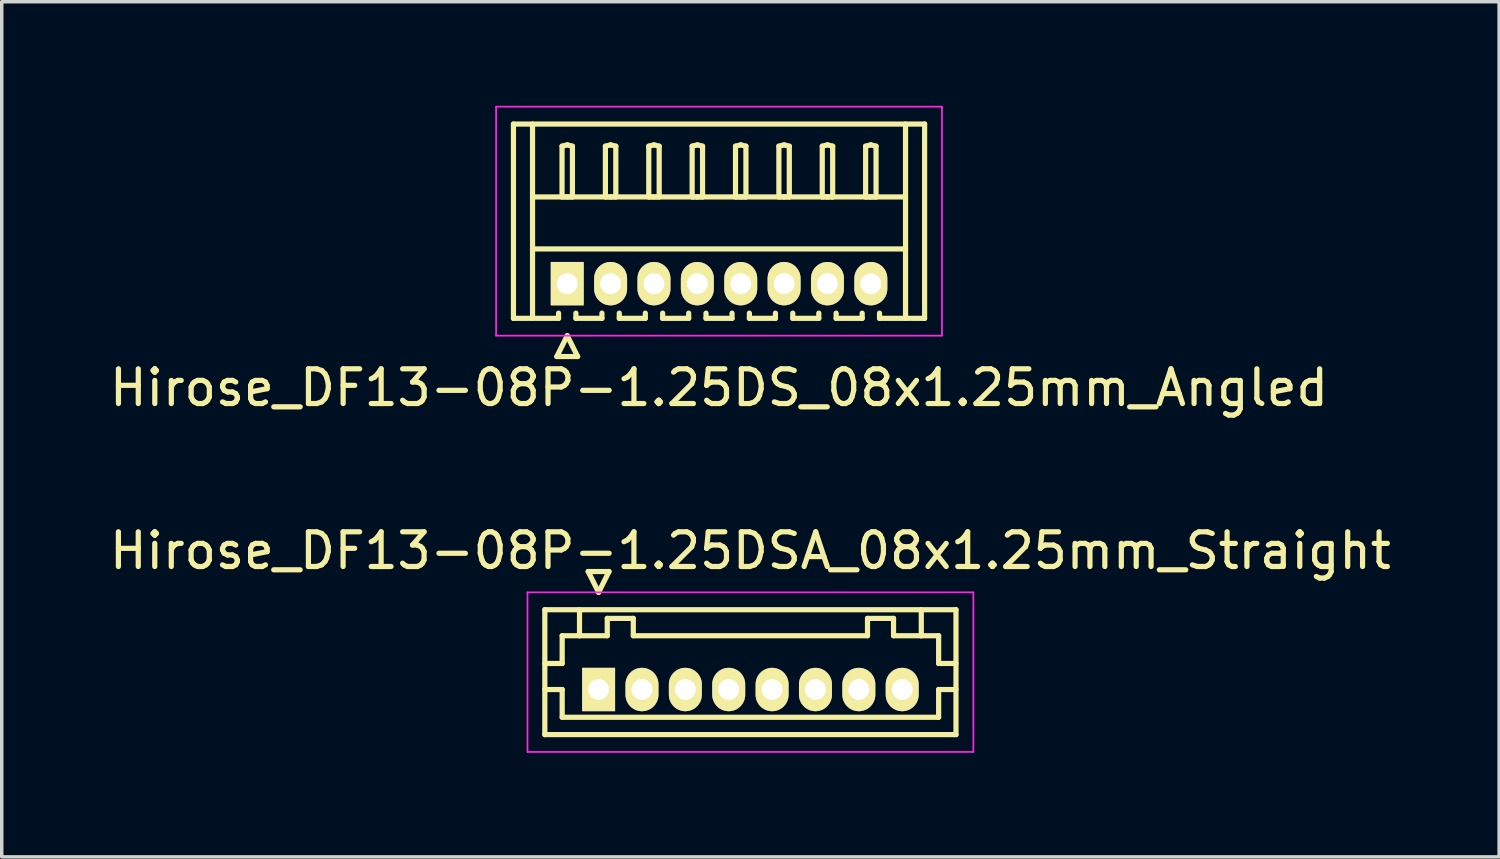
<source format=kicad_pcb>
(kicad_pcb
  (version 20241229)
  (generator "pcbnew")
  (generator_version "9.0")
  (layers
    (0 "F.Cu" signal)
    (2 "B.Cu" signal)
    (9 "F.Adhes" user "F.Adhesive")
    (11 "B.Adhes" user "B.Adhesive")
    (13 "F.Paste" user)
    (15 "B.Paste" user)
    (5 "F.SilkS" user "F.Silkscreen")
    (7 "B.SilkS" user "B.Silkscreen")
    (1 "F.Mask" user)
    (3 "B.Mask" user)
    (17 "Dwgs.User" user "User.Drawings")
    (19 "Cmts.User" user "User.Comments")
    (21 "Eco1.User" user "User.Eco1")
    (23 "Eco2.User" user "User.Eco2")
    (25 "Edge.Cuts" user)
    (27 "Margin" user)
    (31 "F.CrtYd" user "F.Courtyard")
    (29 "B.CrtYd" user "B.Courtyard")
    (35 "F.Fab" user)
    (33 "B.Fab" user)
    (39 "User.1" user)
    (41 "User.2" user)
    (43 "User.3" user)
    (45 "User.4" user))
  (footprint "Hirose_DF13-08P-1.25DS_08x1.25mm_Angled"
    (layer "F.Cu")
    (at 13.298 5.125)
    (property "Reference" "Hirose_DF13-08P-1.25DS_08x1.25mm_Angled" (at 4.375 3 0) (layer "F.SilkS") (effects (font (size 1 1) (thickness 0.15))))
    (attr through_hole)
    (fp_line (start -1.55 -4.6) (end 10.3 -4.6) (stroke (width 0.15) (type solid)) (layer "F.SilkS"))
    (fp_line (start -1.55 1) (end -1.55 -4.6) (stroke (width 0.15) (type solid)) (layer "F.SilkS"))
    (fp_line (start -1 -4.6) (end -1 1) (stroke (width 0.15) (type solid)) (layer "F.SilkS"))
    (fp_line (start -1 -2.5) (end 9.75 -2.5) (stroke (width 0.15) (type solid)) (layer "F.SilkS"))
    (fp_line (start -1 -1) (end 9.75 -1) (stroke (width 0.15) (type solid)) (layer "F.SilkS"))
    (fp_line (start -0.3 2.1) (end 0.3 2.1) (stroke (width 0.15) (type solid)) (layer "F.SilkS"))
    (fp_line (start -0.25 0.85) (end -0.25 1) (stroke (width 0.15) (type solid)) (layer "F.SilkS"))
    (fp_line (start -0.25 1) (end -1.55 1) (stroke (width 0.15) (type solid)) (layer "F.SilkS"))
    (fp_line (start -0.15 -3.962) (end 0 -4) (stroke (width 0.15) (type solid)) (layer "F.SilkS"))
    (fp_line (start -0.15 -2.5) (end -0.15 -3.962) (stroke (width 0.15) (type solid)) (layer "F.SilkS"))
    (fp_line (start 0 -4) (end 0.15 -3.962) (stroke (width 0.15) (type solid)) (layer "F.SilkS"))
    (fp_line (start 0 -2.5) (end -0.15 -2.5) (stroke (width 0.15) (type solid)) (layer "F.SilkS"))
    (fp_line (start 0 1.5) (end -0.3 2.1) (stroke (width 0.15) (type solid)) (layer "F.SilkS"))
    (fp_line (start 0.15 -3.962) (end 0.15 -2.5) (stroke (width 0.15) (type solid)) (layer "F.SilkS"))
    (fp_line (start 0.15 -2.5) (end 0 -2.5) (stroke (width 0.15) (type solid)) (layer "F.SilkS"))
    (fp_line (start 0.25 0.85) (end 0.25 1) (stroke (width 0.15) (type solid)) (layer "F.SilkS"))
    (fp_line (start 0.25 1) (end 1 1) (stroke (width 0.15) (type solid)) (layer "F.SilkS"))
    (fp_line (start 0.3 2.1) (end 0 1.5) (stroke (width 0.15) (type solid)) (layer "F.SilkS"))
    (fp_line (start 1 1) (end 1 0.85) (stroke (width 0.15) (type solid)) (layer "F.SilkS"))
    (fp_line (start 1.1 -3.962) (end 1.25 -4) (stroke (width 0.15) (type solid)) (layer "F.SilkS"))
    (fp_line (start 1.1 -2.5) (end 1.1 -3.962) (stroke (width 0.15) (type solid)) (layer "F.SilkS"))
    (fp_line (start 1.25 -4) (end 1.4 -3.962) (stroke (width 0.15) (type solid)) (layer "F.SilkS"))
    (fp_line (start 1.25 -2.5) (end 1.1 -2.5) (stroke (width 0.15) (type solid)) (layer "F.SilkS"))
    (fp_line (start 1.4 -3.962) (end 1.4 -2.5) (stroke (width 0.15) (type solid)) (layer "F.SilkS"))
    (fp_line (start 1.4 -2.5) (end 1.25 -2.5) (stroke (width 0.15) (type solid)) (layer "F.SilkS"))
    (fp_line (start 1.5 0.85) (end 1.5 1) (stroke (width 0.15) (type solid)) (layer "F.SilkS"))
    (fp_line (start 1.5 1) (end 2.25 1) (stroke (width 0.15) (type solid)) (layer "F.SilkS"))
    (fp_line (start 2.25 1) (end 2.25 0.85) (stroke (width 0.15) (type solid)) (layer "F.SilkS"))
    (fp_line (start 2.35 -3.962) (end 2.5 -4) (stroke (width 0.15) (type solid)) (layer "F.SilkS"))
    (fp_line (start 2.35 -2.5) (end 2.35 -3.962) (stroke (width 0.15) (type solid)) (layer "F.SilkS"))
    (fp_line (start 2.5 -4) (end 2.65 -3.962) (stroke (width 0.15) (type solid)) (layer "F.SilkS"))
    (fp_line (start 2.5 -2.5) (end 2.35 -2.5) (stroke (width 0.15) (type solid)) (layer "F.SilkS"))
    (fp_line (start 2.65 -3.962) (end 2.65 -2.5) (stroke (width 0.15) (type solid)) (layer "F.SilkS"))
    (fp_line (start 2.65 -2.5) (end 2.5 -2.5) (stroke (width 0.15) (type solid)) (layer "F.SilkS"))
    (fp_line (start 2.75 0.85) (end 2.75 1) (stroke (width 0.15) (type solid)) (layer "F.SilkS"))
    (fp_line (start 2.75 1) (end 3.5 1) (stroke (width 0.15) (type solid)) (layer "F.SilkS"))
    (fp_line (start 3.5 1) (end 3.5 0.85) (stroke (width 0.15) (type solid)) (layer "F.SilkS"))
    (fp_line (start 3.6 -3.962) (end 3.75 -4) (stroke (width 0.15) (type solid)) (layer "F.SilkS"))
    (fp_line (start 3.6 -2.5) (end 3.6 -3.962) (stroke (width 0.15) (type solid)) (layer "F.SilkS"))
    (fp_line (start 3.75 -4) (end 3.9 -3.962) (stroke (width 0.15) (type solid)) (layer "F.SilkS"))
    (fp_line (start 3.75 -2.5) (end 3.6 -2.5) (stroke (width 0.15) (type solid)) (layer "F.SilkS"))
    (fp_line (start 3.9 -3.962) (end 3.9 -2.5) (stroke (width 0.15) (type solid)) (layer "F.SilkS"))
    (fp_line (start 3.9 -2.5) (end 3.75 -2.5) (stroke (width 0.15) (type solid)) (layer "F.SilkS"))
    (fp_line (start 4 0.85) (end 4 1) (stroke (width 0.15) (type solid)) (layer "F.SilkS"))
    (fp_line (start 4 1) (end 4.75 1) (stroke (width 0.15) (type solid)) (layer "F.SilkS"))
    (fp_line (start 4.75 1) (end 4.75 0.85) (stroke (width 0.15) (type solid)) (layer "F.SilkS"))
    (fp_line (start 4.85 -3.962) (end 5 -4) (stroke (width 0.15) (type solid)) (layer "F.SilkS"))
    (fp_line (start 4.85 -2.5) (end 4.85 -3.962) (stroke (width 0.15) (type solid)) (layer "F.SilkS"))
    (fp_line (start 5 -4) (end 5.15 -3.962) (stroke (width 0.15) (type solid)) (layer "F.SilkS"))
    (fp_line (start 5 -2.5) (end 4.85 -2.5) (stroke (width 0.15) (type solid)) (layer "F.SilkS"))
    (fp_line (start 5.15 -3.962) (end 5.15 -2.5) (stroke (width 0.15) (type solid)) (layer "F.SilkS"))
    (fp_line (start 5.15 -2.5) (end 5 -2.5) (stroke (width 0.15) (type solid)) (layer "F.SilkS"))
    (fp_line (start 5.25 0.85) (end 5.25 1) (stroke (width 0.15) (type solid)) (layer "F.SilkS"))
    (fp_line (start 5.25 1) (end 6 1) (stroke (width 0.15) (type solid)) (layer "F.SilkS"))
    (fp_line (start 6 1) (end 6 0.85) (stroke (width 0.15) (type solid)) (layer "F.SilkS"))
    (fp_line (start 6.1 -3.962) (end 6.25 -4) (stroke (width 0.15) (type solid)) (layer "F.SilkS"))
    (fp_line (start 6.1 -2.5) (end 6.1 -3.962) (stroke (width 0.15) (type solid)) (layer "F.SilkS"))
    (fp_line (start 6.25 -4) (end 6.4 -3.962) (stroke (width 0.15) (type solid)) (layer "F.SilkS"))
    (fp_line (start 6.25 -2.5) (end 6.1 -2.5) (stroke (width 0.15) (type solid)) (layer "F.SilkS"))
    (fp_line (start 6.4 -3.962) (end 6.4 -2.5) (stroke (width 0.15) (type solid)) (layer "F.SilkS"))
    (fp_line (start 6.4 -2.5) (end 6.25 -2.5) (stroke (width 0.15) (type solid)) (layer "F.SilkS"))
    (fp_line (start 6.5 0.85) (end 6.5 1) (stroke (width 0.15) (type solid)) (layer "F.SilkS"))
    (fp_line (start 6.5 1) (end 7.25 1) (stroke (width 0.15) (type solid)) (layer "F.SilkS"))
    (fp_line (start 7.25 1) (end 7.25 0.85) (stroke (width 0.15) (type solid)) (layer "F.SilkS"))
    (fp_line (start 7.35 -3.962) (end 7.5 -4) (stroke (width 0.15) (type solid)) (layer "F.SilkS"))
    (fp_line (start 7.35 -2.5) (end 7.35 -3.962) (stroke (width 0.15) (type solid)) (layer "F.SilkS"))
    (fp_line (start 7.5 -4) (end 7.65 -3.962) (stroke (width 0.15) (type solid)) (layer "F.SilkS"))
    (fp_line (start 7.5 -2.5) (end 7.35 -2.5) (stroke (width 0.15) (type solid)) (layer "F.SilkS"))
    (fp_line (start 7.65 -3.962) (end 7.65 -2.5) (stroke (width 0.15) (type solid)) (layer "F.SilkS"))
    (fp_line (start 7.65 -2.5) (end 7.5 -2.5) (stroke (width 0.15) (type solid)) (layer "F.SilkS"))
    (fp_line (start 7.75 0.85) (end 7.75 1) (stroke (width 0.15) (type solid)) (layer "F.SilkS"))
    (fp_line (start 7.75 1) (end 8.5 1) (stroke (width 0.15) (type solid)) (layer "F.SilkS"))
    (fp_line (start 8.5 1) (end 8.5 0.85) (stroke (width 0.15) (type solid)) (layer "F.SilkS"))
    (fp_line (start 8.6 -3.962) (end 8.75 -4) (stroke (width 0.15) (type solid)) (layer "F.SilkS"))
    (fp_line (start 8.6 -2.5) (end 8.6 -3.962) (stroke (width 0.15) (type solid)) (layer "F.SilkS"))
    (fp_line (start 8.75 -4) (end 8.9 -3.962) (stroke (width 0.15) (type solid)) (layer "F.SilkS"))
    (fp_line (start 8.75 -2.5) (end 8.6 -2.5) (stroke (width 0.15) (type solid)) (layer "F.SilkS"))
    (fp_line (start 8.9 -3.962) (end 8.9 -2.5) (stroke (width 0.15) (type solid)) (layer "F.SilkS"))
    (fp_line (start 8.9 -2.5) (end 8.75 -2.5) (stroke (width 0.15) (type solid)) (layer "F.SilkS"))
    (fp_line (start 9 1) (end 9 0.85) (stroke (width 0.15) (type solid)) (layer "F.SilkS"))
    (fp_line (start 9.75 -4.6) (end 9.75 1) (stroke (width 0.15) (type solid)) (layer "F.SilkS"))
    (fp_line (start 10.3 -4.6) (end 10.3 1) (stroke (width 0.15) (type solid)) (layer "F.SilkS"))
    (fp_line (start 10.3 1) (end 9 1) (stroke (width 0.15) (type solid)) (layer "F.SilkS"))
    (fp_line (start -2.05 -5.1) (end -2.05 1.5) (stroke (width 0.05) (type solid)) (layer "F.CrtYd"))
    (fp_line (start -2.05 1.5) (end 10.8 1.5) (stroke (width 0.05) (type solid)) (layer "F.CrtYd"))
    (fp_line (start 10.8 -5.1) (end -2.05 -5.1) (stroke (width 0.05) (type solid)) (layer "F.CrtYd"))
    (fp_line (start 10.8 1.5) (end 10.8 -5.1) (stroke (width 0.05) (type solid)) (layer "F.CrtYd"))
    (pad "1" thru_hole rect (at 0 0) (size 0.95 1.25) (drill 0.6) (layers "*.Cu" "*.Mask" "F.SilkS"))
    (pad "2" thru_hole oval (at 1.25 0) (size 0.95 1.25) (drill 0.6) (layers "*.Cu" "*.Mask" "F.SilkS"))
    (pad "3" thru_hole oval (at 2.5 0) (size 0.95 1.25) (drill 0.6) (layers "*.Cu" "*.Mask" "F.SilkS"))
    (pad "4" thru_hole oval (at 3.75 0) (size 0.95 1.25) (drill 0.6) (layers "*.Cu" "*.Mask" "F.SilkS"))
    (pad "5" thru_hole oval (at 5 0) (size 0.95 1.25) (drill 0.6) (layers "*.Cu" "*.Mask" "F.SilkS"))
    (pad "6" thru_hole oval (at 6.25 0) (size 0.95 1.25) (drill 0.6) (layers "*.Cu" "*.Mask" "F.SilkS"))
    (pad "7" thru_hole oval (at 7.5 0) (size 0.95 1.25) (drill 0.6) (layers "*.Cu" "*.Mask" "F.SilkS"))
    (pad "8" thru_hole oval (at 8.75 0) (size 0.95 1.25) (drill 0.6) (layers "*.Cu" "*.Mask" "F.SilkS")))
  (footprint "Hirose_DF13-08P-1.25DSA_08x1.25mm_Straight"
    (layer "F.Cu")
    (at 14.202 16.822)
    (property "Reference" "Hirose_DF13-08P-1.25DSA_08x1.25mm_Straight" (at 4.375 -4 0) (layer "F.SilkS") (effects (font (size 1 1) (thickness 0.15))))
    (attr through_hole)
    (fp_line (start -1.55 -2.3) (end -1.55 1.3) (stroke (width 0.15) (type solid)) (layer "F.SilkS"))
    (fp_line (start -1.55 -0.75) (end -1.05 -0.75) (stroke (width 0.15) (type solid)) (layer "F.SilkS"))
    (fp_line (start -1.55 0) (end -1.05 0) (stroke (width 0.15) (type solid)) (layer "F.SilkS"))
    (fp_line (start -1.55 1.3) (end 10.3 1.3) (stroke (width 0.15) (type solid)) (layer "F.SilkS"))
    (fp_line (start -1.05 -1.55) (end -0.55 -1.55) (stroke (width 0.15) (type solid)) (layer "F.SilkS"))
    (fp_line (start -1.05 -0.75) (end -1.05 -1.55) (stroke (width 0.15) (type solid)) (layer "F.SilkS"))
    (fp_line (start -1.05 0) (end -1.05 0.8) (stroke (width 0.15) (type solid)) (layer "F.SilkS"))
    (fp_line (start -1.05 0.8) (end 9.8 0.8) (stroke (width 0.15) (type solid)) (layer "F.SilkS"))
    (fp_line (start -0.55 -1.55) (end -0.55 -2.3) (stroke (width 0.15) (type solid)) (layer "F.SilkS"))
    (fp_line (start -0.55 -1.55) (end 0.25 -1.55) (stroke (width 0.15) (type solid)) (layer "F.SilkS"))
    (fp_line (start -0.3 -3.4) (end 0.3 -3.4) (stroke (width 0.15) (type solid)) (layer "F.SilkS"))
    (fp_line (start 0 -2.8) (end -0.3 -3.4) (stroke (width 0.15) (type solid)) (layer "F.SilkS"))
    (fp_line (start 0.25 -2.05) (end 1 -2.05) (stroke (width 0.15) (type solid)) (layer "F.SilkS"))
    (fp_line (start 0.25 -1.55) (end 0.25 -2.05) (stroke (width 0.15) (type solid)) (layer "F.SilkS"))
    (fp_line (start 0.3 -3.4) (end 0 -2.8) (stroke (width 0.15) (type solid)) (layer "F.SilkS"))
    (fp_line (start 1 -2.05) (end 1 -1.55) (stroke (width 0.15) (type solid)) (layer "F.SilkS"))
    (fp_line (start 1 -1.55) (end 7.75 -1.55) (stroke (width 0.15) (type solid)) (layer "F.SilkS"))
    (fp_line (start 7.75 -2.05) (end 8.5 -2.05) (stroke (width 0.15) (type solid)) (layer "F.SilkS"))
    (fp_line (start 7.75 -1.55) (end 7.75 -2.05) (stroke (width 0.15) (type solid)) (layer "F.SilkS"))
    (fp_line (start 8.5 -2.05) (end 8.5 -1.55) (stroke (width 0.15) (type solid)) (layer "F.SilkS"))
    (fp_line (start 8.5 -1.55) (end 9.3 -1.55) (stroke (width 0.15) (type solid)) (layer "F.SilkS"))
    (fp_line (start 9.3 -1.55) (end 9.3 -2.3) (stroke (width 0.15) (type solid)) (layer "F.SilkS"))
    (fp_line (start 9.8 -1.55) (end 9.3 -1.55) (stroke (width 0.15) (type solid)) (layer "F.SilkS"))
    (fp_line (start 9.8 -0.75) (end 9.8 -1.55) (stroke (width 0.15) (type solid)) (layer "F.SilkS"))
    (fp_line (start 9.8 0) (end 10.3 0) (stroke (width 0.15) (type solid)) (layer "F.SilkS"))
    (fp_line (start 9.8 0.8) (end 9.8 0) (stroke (width 0.15) (type solid)) (layer "F.SilkS"))
    (fp_line (start 10.3 -2.3) (end -1.55 -2.3) (stroke (width 0.15) (type solid)) (layer "F.SilkS"))
    (fp_line (start 10.3 -0.75) (end 9.8 -0.75) (stroke (width 0.15) (type solid)) (layer "F.SilkS"))
    (fp_line (start 10.3 1.3) (end 10.3 -2.3) (stroke (width 0.15) (type solid)) (layer "F.SilkS"))
    (fp_line (start -2.05 -2.8) (end -2.05 1.8) (stroke (width 0.05) (type solid)) (layer "F.CrtYd"))
    (fp_line (start -2.05 1.8) (end 10.8 1.8) (stroke (width 0.05) (type solid)) (layer "F.CrtYd"))
    (fp_line (start 10.8 -2.8) (end -2.05 -2.8) (stroke (width 0.05) (type solid)) (layer "F.CrtYd"))
    (fp_line (start 10.8 1.8) (end 10.8 -2.8) (stroke (width 0.05) (type solid)) (layer "F.CrtYd"))
    (pad "1" thru_hole rect (at 0 0) (size 0.95 1.25) (drill 0.6) (layers "*.Cu" "*.Mask" "F.SilkS"))
    (pad "2" thru_hole oval (at 1.25 0) (size 0.95 1.25) (drill 0.6) (layers "*.Cu" "*.Mask" "F.SilkS"))
    (pad "3" thru_hole oval (at 2.5 0) (size 0.95 1.25) (drill 0.6) (layers "*.Cu" "*.Mask" "F.SilkS"))
    (pad "4" thru_hole oval (at 3.75 0) (size 0.95 1.25) (drill 0.6) (layers "*.Cu" "*.Mask" "F.SilkS"))
    (pad "5" thru_hole oval (at 5 0) (size 0.95 1.25) (drill 0.6) (layers "*.Cu" "*.Mask" "F.SilkS"))
    (pad "6" thru_hole oval (at 6.25 0) (size 0.95 1.25) (drill 0.6) (layers "*.Cu" "*.Mask" "F.SilkS"))
    (pad "7" thru_hole oval (at 7.5 0) (size 0.95 1.25) (drill 0.6) (layers "*.Cu" "*.Mask" "F.SilkS"))
    (pad "8" thru_hole oval (at 8.75 0) (size 0.95 1.25) (drill 0.6) (layers "*.Cu" "*.Mask" "F.SilkS")))
  (gr_rect
    (start -3 -3)
    (end 40.155 21.646)
    (stroke (width 0.1) (type default))
    (fill no)
    (layer "Edge.Cuts")))
</source>
